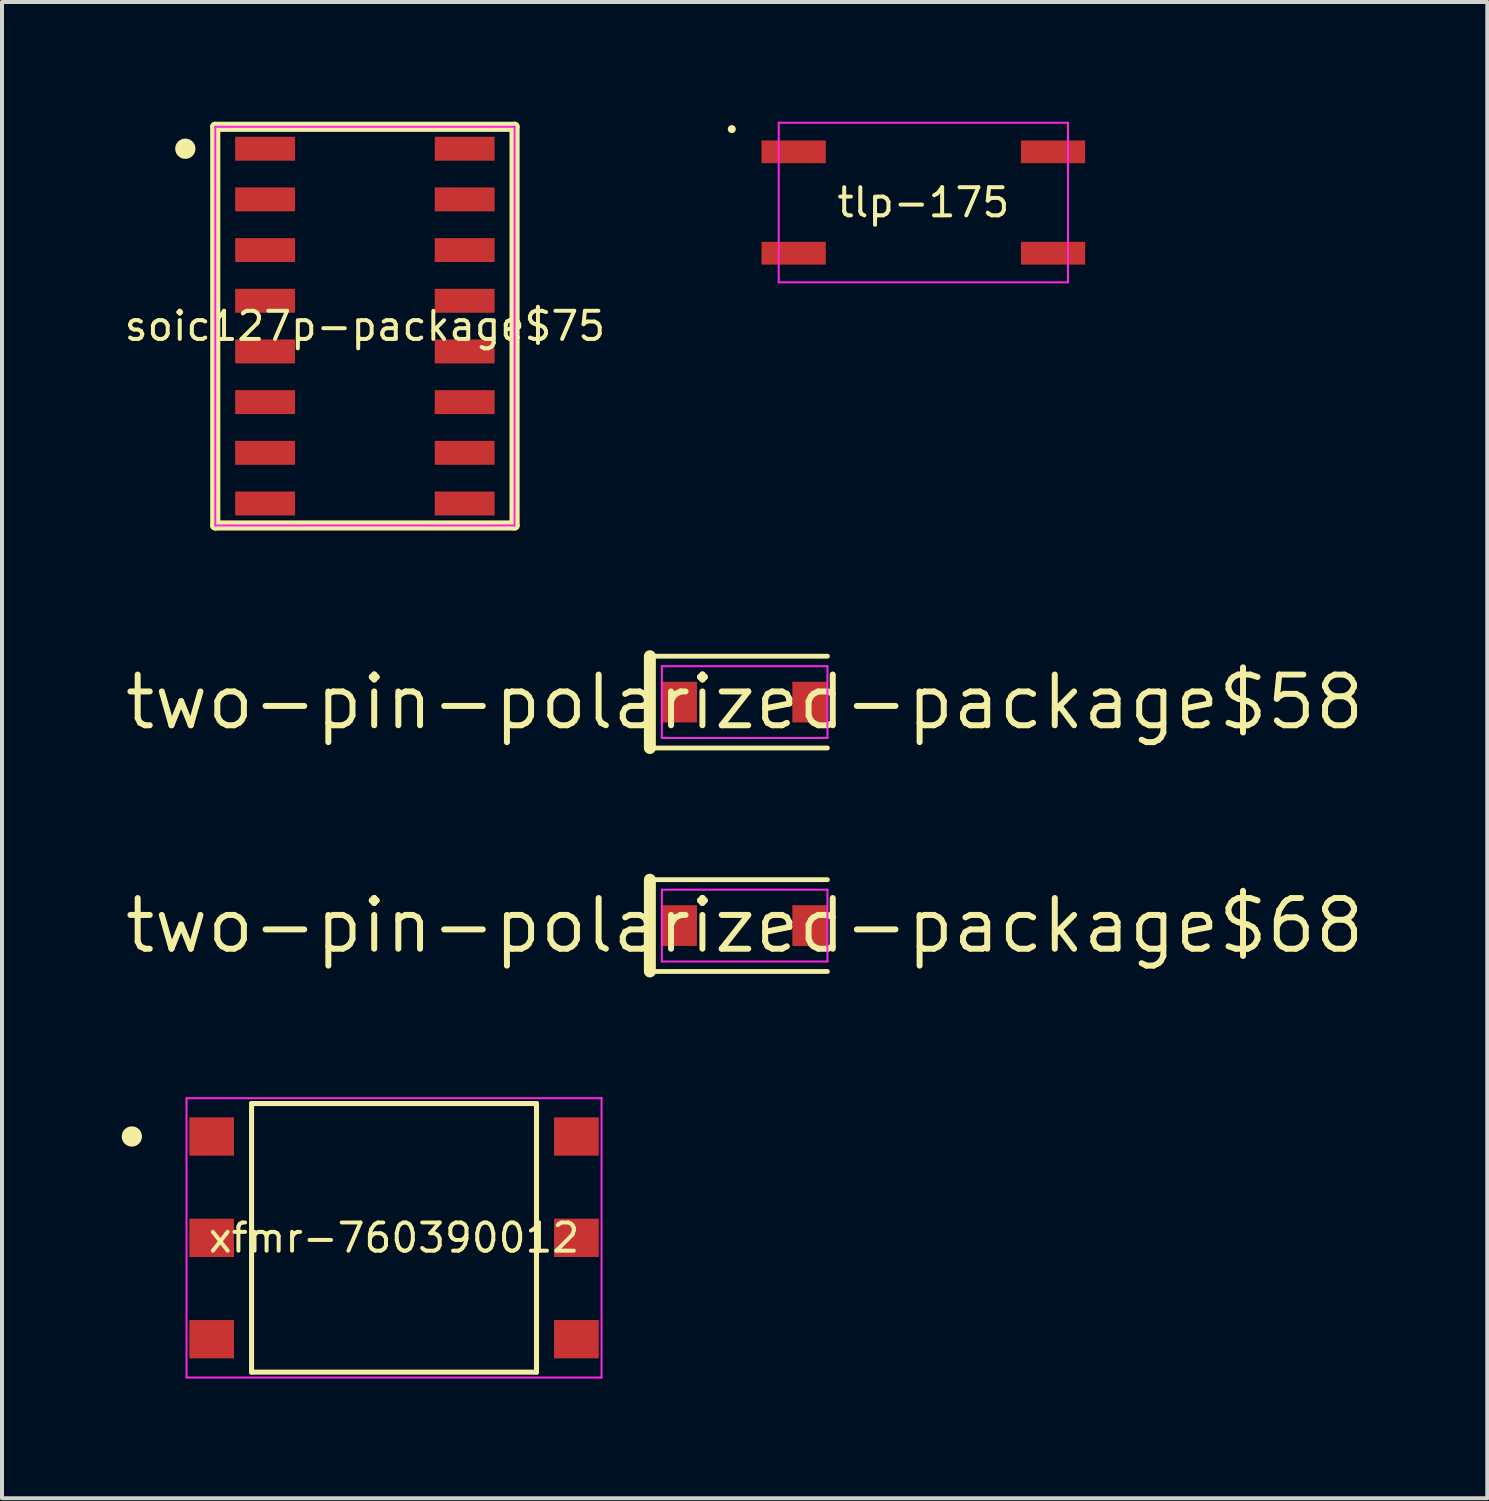
<source format=kicad_pcb>
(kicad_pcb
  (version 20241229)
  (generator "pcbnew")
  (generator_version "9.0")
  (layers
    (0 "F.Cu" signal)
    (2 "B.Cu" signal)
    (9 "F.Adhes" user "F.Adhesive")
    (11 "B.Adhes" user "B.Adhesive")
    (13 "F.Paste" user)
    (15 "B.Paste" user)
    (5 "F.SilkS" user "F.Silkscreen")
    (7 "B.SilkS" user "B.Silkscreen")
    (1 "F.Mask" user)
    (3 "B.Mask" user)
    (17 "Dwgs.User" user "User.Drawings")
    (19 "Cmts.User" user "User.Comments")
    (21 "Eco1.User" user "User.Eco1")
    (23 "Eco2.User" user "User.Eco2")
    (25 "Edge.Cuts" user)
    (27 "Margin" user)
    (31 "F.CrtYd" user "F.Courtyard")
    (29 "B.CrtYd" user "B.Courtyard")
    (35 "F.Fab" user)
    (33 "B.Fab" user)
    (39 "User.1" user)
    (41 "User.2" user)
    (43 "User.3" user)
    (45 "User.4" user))
  (footprint "tlp-175"
    (layer "F.Cu")
    (at 20.088 2.025)
    (property "Reference" "tlp-175" (at 0 0 0) (layer "F.SilkS") (effects (font (size 0.706 0.706) (thickness 0.1))))
    (attr through_hole)
    (fp_poly (pts (xy -4.055 -0.985) (xy -2.445 -0.985) (xy -2.445 -1.555) (xy -4.055 -1.555)) (stroke (width 0) (type solid)) (fill yes) (layer "F.Mask"))
    (fp_poly (pts (xy -4.055 1.555) (xy -2.445 1.555) (xy -2.445 0.985) (xy -4.055 0.985)) (stroke (width 0) (type solid)) (fill yes) (layer "F.Mask"))
    (fp_poly (pts (xy 2.445 -0.985) (xy 4.055 -0.985) (xy 4.055 -1.555) (xy 2.445 -1.555)) (stroke (width 0) (type solid)) (fill yes) (layer "F.Mask"))
    (fp_poly (pts (xy 2.445 1.555) (xy 4.055 1.555) (xy 4.055 0.985) (xy 2.445 0.985)) (stroke (width 0) (type solid)) (fill yes) (layer "F.Mask"))
    (fp_poly (pts (xy -4.7 -1.84) (xy -4.702 -1.86) (xy -4.708 -1.878) (xy -4.717 -1.896) (xy -4.729 -1.911) (xy -4.744 -1.923) (xy -4.762 -1.932) (xy -4.78 -1.938) (xy -4.8 -1.94) (xy -4.82 -1.938) (xy -4.838 -1.932) (xy -4.856 -1.923) (xy -4.871 -1.911) (xy -4.883 -1.896) (xy -4.892 -1.878) (xy -4.898 -1.86) (xy -4.9 -1.84) (xy -4.898 -1.82) (xy -4.892 -1.802) (xy -4.883 -1.784) (xy -4.871 -1.769) (xy -4.856 -1.757) (xy -4.838 -1.748) (xy -4.82 -1.742) (xy -4.8 -1.74) (xy -4.78 -1.742) (xy -4.762 -1.748) (xy -4.744 -1.757) (xy -4.729 -1.769) (xy -4.717 -1.784) (xy -4.708 -1.802) (xy -4.702 -1.82)) (stroke (width 0) (type solid)) (fill yes) (layer "F.SilkS"))
    (fp_poly (pts (xy -4.055 -0.985) (xy -2.445 -0.985) (xy -2.445 -1.555) (xy -4.055 -1.555)) (stroke (width 0) (type solid)) (fill yes) (layer "F.Paste"))
    (fp_poly (pts (xy -4.055 1.555) (xy -2.445 1.555) (xy -2.445 0.985) (xy -4.055 0.985)) (stroke (width 0) (type solid)) (fill yes) (layer "F.Paste"))
    (fp_poly (pts (xy 2.445 -0.985) (xy 4.055 -0.985) (xy 4.055 -1.555) (xy 2.445 -1.555)) (stroke (width 0) (type solid)) (fill yes) (layer "F.Paste"))
    (fp_poly (pts (xy 2.445 1.555) (xy 4.055 1.555) (xy 4.055 0.985) (xy 2.445 0.985)) (stroke (width 0) (type solid)) (fill yes) (layer "F.Paste"))
    (fp_line (start -3.625 -2) (end -3.625 2) (stroke (width 0.05) (type solid)) (layer "F.CrtYd"))
    (fp_line (start -3.625 2) (end 3.625 2) (stroke (width 0.05) (type solid)) (layer "F.CrtYd"))
    (fp_line (start 3.625 -2) (end -3.625 -2) (stroke (width 0.05) (type solid)) (layer "F.CrtYd"))
    (fp_line (start 3.625 2) (end 3.625 -2) (stroke (width 0.05) (type solid)) (layer "F.CrtYd"))
    (pad "1" smd rect (at -3.25 -1.27) (size 1.61 0.57) (layers "F.Cu"))
    (pad "3" smd rect (at -3.25 1.27) (size 1.61 0.57) (layers "F.Cu"))
    (pad "4" smd rect (at 3.25 1.27) (size 1.61 0.57) (layers "F.Cu"))
    (pad "6" smd rect (at 3.25 -1.27) (size 1.61 0.57) (layers "F.Cu")))
  (footprint "soic127p-package$75"
    (layer "F.Cu")
    (at 6.094 5.122)
    (property "Reference" "soic127p-package$75" (at 0 0 0) (layer "F.SilkS") (effects (font (size 0.706 0.706) (thickness 0.1))))
    (attr through_hole)
    (fp_poly (pts (xy -3.25 -4.745) (xy -3.25 -4.145) (xy -1.75 -4.145) (xy -1.75 -4.745)) (stroke (width 0) (type solid)) (fill yes) (layer "F.Mask"))
    (fp_poly (pts (xy -3.25 -3.475) (xy -3.25 -2.875) (xy -1.75 -2.875) (xy -1.75 -3.475)) (stroke (width 0) (type solid)) (fill yes) (layer "F.Mask"))
    (fp_poly (pts (xy -3.25 -2.205) (xy -3.25 -1.605) (xy -1.75 -1.605) (xy -1.75 -2.205)) (stroke (width 0) (type solid)) (fill yes) (layer "F.Mask"))
    (fp_poly (pts (xy -3.25 -0.935) (xy -3.25 -0.335) (xy -1.75 -0.335) (xy -1.75 -0.935)) (stroke (width 0) (type solid)) (fill yes) (layer "F.Mask"))
    (fp_poly (pts (xy -3.25 0.335) (xy -3.25 0.935) (xy -1.75 0.935) (xy -1.75 0.335)) (stroke (width 0) (type solid)) (fill yes) (layer "F.Mask"))
    (fp_poly (pts (xy -3.25 1.605) (xy -3.25 2.205) (xy -1.75 2.205) (xy -1.75 1.605)) (stroke (width 0) (type solid)) (fill yes) (layer "F.Mask"))
    (fp_poly (pts (xy -3.25 2.875) (xy -3.25 3.475) (xy -1.75 3.475) (xy -1.75 2.875)) (stroke (width 0) (type solid)) (fill yes) (layer "F.Mask"))
    (fp_poly (pts (xy -3.25 4.145) (xy -3.25 4.745) (xy -1.75 4.745) (xy -1.75 4.145)) (stroke (width 0) (type solid)) (fill yes) (layer "F.Mask"))
    (fp_poly (pts (xy 3.25 -4.145) (xy 3.25 -4.745) (xy 1.75 -4.745) (xy 1.75 -4.145)) (stroke (width 0) (type solid)) (fill yes) (layer "F.Mask"))
    (fp_poly (pts (xy 3.25 -2.875) (xy 3.25 -3.475) (xy 1.75 -3.475) (xy 1.75 -2.875)) (stroke (width 0) (type solid)) (fill yes) (layer "F.Mask"))
    (fp_poly (pts (xy 3.25 -1.605) (xy 3.25 -2.205) (xy 1.75 -2.205) (xy 1.75 -1.605)) (stroke (width 0) (type solid)) (fill yes) (layer "F.Mask"))
    (fp_poly (pts (xy 3.25 -0.335) (xy 3.25 -0.935) (xy 1.75 -0.935) (xy 1.75 -0.335)) (stroke (width 0) (type solid)) (fill yes) (layer "F.Mask"))
    (fp_poly (pts (xy 3.25 0.935) (xy 3.25 0.335) (xy 1.75 0.335) (xy 1.75 0.935)) (stroke (width 0) (type solid)) (fill yes) (layer "F.Mask"))
    (fp_poly (pts (xy 3.25 2.205) (xy 3.25 1.605) (xy 1.75 1.605) (xy 1.75 2.205)) (stroke (width 0) (type solid)) (fill yes) (layer "F.Mask"))
    (fp_poly (pts (xy 3.25 3.475) (xy 3.25 2.875) (xy 1.75 2.875) (xy 1.75 3.475)) (stroke (width 0) (type solid)) (fill yes) (layer "F.Mask"))
    (fp_poly (pts (xy 3.25 4.745) (xy 3.25 4.145) (xy 1.75 4.145) (xy 1.75 4.745)) (stroke (width 0) (type solid)) (fill yes) (layer "F.Mask"))
    (fp_line (start -3.75 -4.995) (end -3.75 4.995) (stroke (width 0.254) (type solid)) (layer "F.SilkS"))
    (fp_line (start -3.75 4.995) (end 3.75 4.995) (stroke (width 0.254) (type solid)) (layer "F.SilkS"))
    (fp_line (start 3.75 -4.995) (end -3.75 -4.995) (stroke (width 0.254) (type solid)) (layer "F.SilkS"))
    (fp_line (start 3.75 4.995) (end 3.75 -4.995) (stroke (width 0.254) (type solid)) (layer "F.SilkS"))
    (fp_poly (pts (xy -4.246 -4.445) (xy -4.251 -4.495) (xy -4.265 -4.542) (xy -4.289 -4.586) (xy -4.32 -4.625) (xy -4.359 -4.656) (xy -4.403 -4.68) (xy -4.45 -4.694) (xy -4.5 -4.699) (xy -4.55 -4.694) (xy -4.597 -4.68) (xy -4.641 -4.656) (xy -4.68 -4.625) (xy -4.711 -4.586) (xy -4.735 -4.542) (xy -4.749 -4.495) (xy -4.754 -4.445) (xy -4.749 -4.395) (xy -4.735 -4.348) (xy -4.711 -4.304) (xy -4.68 -4.265) (xy -4.641 -4.234) (xy -4.597 -4.21) (xy -4.55 -4.196) (xy -4.5 -4.191) (xy -4.45 -4.196) (xy -4.403 -4.21) (xy -4.359 -4.234) (xy -4.32 -4.265) (xy -4.289 -4.304) (xy -4.265 -4.348) (xy -4.251 -4.395)) (stroke (width 0) (type solid)) (fill yes) (layer "F.SilkS"))
    (fp_poly (pts (xy -3.25 -4.745) (xy -3.25 -4.145) (xy -1.75 -4.145) (xy -1.75 -4.745)) (stroke (width 0) (type solid)) (fill yes) (layer "F.Paste"))
    (fp_poly (pts (xy -3.25 -3.475) (xy -3.25 -2.875) (xy -1.75 -2.875) (xy -1.75 -3.475)) (stroke (width 0) (type solid)) (fill yes) (layer "F.Paste"))
    (fp_poly (pts (xy -3.25 -2.205) (xy -3.25 -1.605) (xy -1.75 -1.605) (xy -1.75 -2.205)) (stroke (width 0) (type solid)) (fill yes) (layer "F.Paste"))
    (fp_poly (pts (xy -3.25 -0.935) (xy -3.25 -0.335) (xy -1.75 -0.335) (xy -1.75 -0.935)) (stroke (width 0) (type solid)) (fill yes) (layer "F.Paste"))
    (fp_poly (pts (xy -3.25 0.335) (xy -3.25 0.935) (xy -1.75 0.935) (xy -1.75 0.335)) (stroke (width 0) (type solid)) (fill yes) (layer "F.Paste"))
    (fp_poly (pts (xy -3.25 1.605) (xy -3.25 2.205) (xy -1.75 2.205) (xy -1.75 1.605)) (stroke (width 0) (type solid)) (fill yes) (layer "F.Paste"))
    (fp_poly (pts (xy -3.25 2.875) (xy -3.25 3.475) (xy -1.75 3.475) (xy -1.75 2.875)) (stroke (width 0) (type solid)) (fill yes) (layer "F.Paste"))
    (fp_poly (pts (xy -3.25 4.145) (xy -3.25 4.745) (xy -1.75 4.745) (xy -1.75 4.145)) (stroke (width 0) (type solid)) (fill yes) (layer "F.Paste"))
    (fp_poly (pts (xy 3.25 -4.145) (xy 3.25 -4.745) (xy 1.75 -4.745) (xy 1.75 -4.145)) (stroke (width 0) (type solid)) (fill yes) (layer "F.Paste"))
    (fp_poly (pts (xy 3.25 -2.875) (xy 3.25 -3.475) (xy 1.75 -3.475) (xy 1.75 -2.875)) (stroke (width 0) (type solid)) (fill yes) (layer "F.Paste"))
    (fp_poly (pts (xy 3.25 -1.605) (xy 3.25 -2.205) (xy 1.75 -2.205) (xy 1.75 -1.605)) (stroke (width 0) (type solid)) (fill yes) (layer "F.Paste"))
    (fp_poly (pts (xy 3.25 -0.335) (xy 3.25 -0.935) (xy 1.75 -0.935) (xy 1.75 -0.335)) (stroke (width 0) (type solid)) (fill yes) (layer "F.Paste"))
    (fp_poly (pts (xy 3.25 0.935) (xy 3.25 0.335) (xy 1.75 0.335) (xy 1.75 0.935)) (stroke (width 0) (type solid)) (fill yes) (layer "F.Paste"))
    (fp_poly (pts (xy 3.25 2.205) (xy 3.25 1.605) (xy 1.75 1.605) (xy 1.75 2.205)) (stroke (width 0) (type solid)) (fill yes) (layer "F.Paste"))
    (fp_poly (pts (xy 3.25 3.475) (xy 3.25 2.875) (xy 1.75 2.875) (xy 1.75 3.475)) (stroke (width 0) (type solid)) (fill yes) (layer "F.Paste"))
    (fp_poly (pts (xy 3.25 4.745) (xy 3.25 4.145) (xy 1.75 4.145) (xy 1.75 4.745)) (stroke (width 0) (type solid)) (fill yes) (layer "F.Paste"))
    (fp_line (start -3.75 -4.995) (end -3.75 4.995) (stroke (width 0.05) (type solid)) (layer "F.CrtYd"))
    (fp_line (start -3.75 4.995) (end 3.75 4.995) (stroke (width 0.05) (type solid)) (layer "F.CrtYd"))
    (fp_line (start 3.75 -4.995) (end -3.75 -4.995) (stroke (width 0.05) (type solid)) (layer "F.CrtYd"))
    (fp_line (start 3.75 4.995) (end 3.75 -4.995) (stroke (width 0.05) (type solid)) (layer "F.CrtYd"))
    (pad "1" smd rect (at -2.5 -4.445 270) (size 0.6 1.5) (layers "F.Cu"))
    (pad "2" smd rect (at -2.5 -3.175 270) (size 0.6 1.5) (layers "F.Cu"))
    (pad "3" smd rect (at -2.5 -1.905 270) (size 0.6 1.5) (layers "F.Cu"))
    (pad "4" smd rect (at -2.5 -0.635 270) (size 0.6 1.5) (layers "F.Cu"))
    (pad "5" smd rect (at -2.5 0.635 270) (size 0.6 1.5) (layers "F.Cu"))
    (pad "6" smd rect (at -2.5 1.905 270) (size 0.6 1.5) (layers "F.Cu"))
    (pad "7" smd rect (at -2.5 3.175 270) (size 0.6 1.5) (layers "F.Cu"))
    (pad "8" smd rect (at -2.5 4.445 270) (size 0.6 1.5) (layers "F.Cu"))
    (pad "9" smd rect (at 2.5 4.445 90) (size 0.6 1.5) (layers "F.Cu"))
    (pad "10" smd rect (at 2.5 3.175 90) (size 0.6 1.5) (layers "F.Cu"))
    (pad "11" smd rect (at 2.5 1.905 90) (size 0.6 1.5) (layers "F.Cu"))
    (pad "12" smd rect (at 2.5 0.635 90) (size 0.6 1.5) (layers "F.Cu"))
    (pad "13" smd rect (at 2.5 -0.635 90) (size 0.6 1.5) (layers "F.Cu"))
    (pad "14" smd rect (at 2.5 -1.905 90) (size 0.6 1.5) (layers "F.Cu"))
    (pad "15" smd rect (at 2.5 -3.175 90) (size 0.6 1.5) (layers "F.Cu"))
    (pad "16" smd rect (at 2.5 -4.445 90) (size 0.6 1.5) (layers "F.Cu")))
  (footprint "two-pin-polarized-package$68"
    (layer "F.Cu")
    (at 15.61 20.144)
    (property "Reference" "two-pin-polarized-package$68" (at 0 0 0) (layer "F.SilkS") (effects (font (size 1.27 1.27) (thickness 0.15))))
    (attr through_hole)
    (fp_poly (pts (xy -2.075 0.51) (xy -1.195 0.51) (xy -1.195 -0.51) (xy -2.075 -0.51)) (stroke (width 0) (type solid)) (fill yes) (layer "F.Mask"))
    (fp_poly (pts (xy 1.195 0.51) (xy 2.075 0.51) (xy 2.075 -0.51) (xy 1.195 -0.51)) (stroke (width 0) (type solid)) (fill yes) (layer "F.Mask"))
    (fp_line (start -2.375 -1.15) (end 2.075 -1.15) (stroke (width 0.12) (type solid)) (layer "F.SilkS"))
    (fp_line (start -2.375 1.15) (end -2.375 -1.15) (stroke (width 0.3) (type solid)) (layer "F.SilkS"))
    (fp_line (start 2.075 1.15) (end -2.375 1.15) (stroke (width 0.12) (type solid)) (layer "F.SilkS"))
    (fp_poly (pts (xy -2.075 0.51) (xy -1.195 0.51) (xy -1.195 -0.51) (xy -2.075 -0.51)) (stroke (width 0) (type solid)) (fill yes) (layer "F.Paste"))
    (fp_poly (pts (xy 1.195 0.51) (xy 2.075 0.51) (xy 2.075 -0.51) (xy 1.195 -0.51)) (stroke (width 0) (type solid)) (fill yes) (layer "F.Paste"))
    (fp_line (start -2.075 -0.9) (end -2.075 0.9) (stroke (width 0.05) (type solid)) (layer "F.CrtYd"))
    (fp_line (start -2.075 0.9) (end 2.075 0.9) (stroke (width 0.05) (type solid)) (layer "F.CrtYd"))
    (fp_line (start 2.075 -0.9) (end -2.075 -0.9) (stroke (width 0.05) (type solid)) (layer "F.CrtYd"))
    (fp_line (start 2.075 0.9) (end 2.075 -0.9) (stroke (width 0.05) (type solid)) (layer "F.CrtYd"))
    (pad "a" smd rect (at 1.635 0) (size 0.88 1.02) (layers "F.Cu"))
    (pad "c" smd rect (at -1.635 0) (size 0.88 1.02) (layers "F.Cu")))
  (footprint "xfmr-760390012"
    (layer "F.Cu")
    (at 6.824 27.969)
    (property "Reference" "xfmr-760390012" (at 0 0 0) (layer "F.SilkS") (effects (font (size 0.706 0.706) (thickness 0.1))))
    (attr through_hole)
    (fp_poly (pts (xy -5.13 -2.06) (xy -4.01 -2.06) (xy -4.01 -3.02) (xy -5.13 -3.02)) (stroke (width 0) (type solid)) (fill yes) (layer "F.Mask"))
    (fp_poly (pts (xy -5.13 0.48) (xy -4.01 0.48) (xy -4.01 -0.48) (xy -5.13 -0.48)) (stroke (width 0) (type solid)) (fill yes) (layer "F.Mask"))
    (fp_poly (pts (xy -5.13 3.02) (xy -4.01 3.02) (xy -4.01 2.06) (xy -5.13 2.06)) (stroke (width 0) (type solid)) (fill yes) (layer "F.Mask"))
    (fp_poly (pts (xy 4.01 -2.06) (xy 5.13 -2.06) (xy 5.13 -3.02) (xy 4.01 -3.02)) (stroke (width 0) (type solid)) (fill yes) (layer "F.Mask"))
    (fp_poly (pts (xy 4.01 0.48) (xy 5.13 0.48) (xy 5.13 -0.48) (xy 4.01 -0.48)) (stroke (width 0) (type solid)) (fill yes) (layer "F.Mask"))
    (fp_poly (pts (xy 4.01 3.02) (xy 5.13 3.02) (xy 5.13 2.06) (xy 4.01 2.06)) (stroke (width 0) (type solid)) (fill yes) (layer "F.Mask"))
    (fp_line (start -3.57 -3.365) (end 3.57 -3.365) (stroke (width 0.127) (type solid)) (layer "F.SilkS"))
    (fp_line (start -3.57 3.365) (end -3.57 -3.365) (stroke (width 0.127) (type solid)) (layer "F.SilkS"))
    (fp_line (start -3.57 3.365) (end 3.57 3.365) (stroke (width 0.127) (type solid)) (layer "F.SilkS"))
    (fp_line (start 3.57 -3.365) (end 3.57 3.365) (stroke (width 0.127) (type solid)) (layer "F.SilkS"))
    (fp_poly (pts (xy -6.316 -2.54) (xy -6.321 -2.59) (xy -6.335 -2.637) (xy -6.359 -2.681) (xy -6.39 -2.72) (xy -6.429 -2.751) (xy -6.473 -2.775) (xy -6.52 -2.789) (xy -6.57 -2.794) (xy -6.62 -2.789) (xy -6.667 -2.775) (xy -6.711 -2.751) (xy -6.75 -2.72) (xy -6.781 -2.681) (xy -6.805 -2.637) (xy -6.819 -2.59) (xy -6.824 -2.54) (xy -6.819 -2.49) (xy -6.805 -2.443) (xy -6.781 -2.399) (xy -6.75 -2.36) (xy -6.711 -2.329) (xy -6.667 -2.305) (xy -6.62 -2.291) (xy -6.57 -2.286) (xy -6.52 -2.291) (xy -6.473 -2.305) (xy -6.429 -2.329) (xy -6.39 -2.36) (xy -6.359 -2.399) (xy -6.335 -2.443) (xy -6.321 -2.49)) (stroke (width 0) (type solid)) (fill yes) (layer "F.SilkS"))
    (fp_poly (pts (xy -5.13 -2.06) (xy -4.01 -2.06) (xy -4.01 -3.02) (xy -5.13 -3.02)) (stroke (width 0) (type solid)) (fill yes) (layer "F.Paste"))
    (fp_poly (pts (xy -5.13 0.48) (xy -4.01 0.48) (xy -4.01 -0.48) (xy -5.13 -0.48)) (stroke (width 0) (type solid)) (fill yes) (layer "F.Paste"))
    (fp_poly (pts (xy -5.13 3.02) (xy -4.01 3.02) (xy -4.01 2.06) (xy -5.13 2.06)) (stroke (width 0) (type solid)) (fill yes) (layer "F.Paste"))
    (fp_poly (pts (xy 4.01 -2.06) (xy 5.13 -2.06) (xy 5.13 -3.02) (xy 4.01 -3.02)) (stroke (width 0) (type solid)) (fill yes) (layer "F.Paste"))
    (fp_poly (pts (xy 4.01 0.48) (xy 5.13 0.48) (xy 5.13 -0.48) (xy 4.01 -0.48)) (stroke (width 0) (type solid)) (fill yes) (layer "F.Paste"))
    (fp_poly (pts (xy 4.01 3.02) (xy 5.13 3.02) (xy 5.13 2.06) (xy 4.01 2.06)) (stroke (width 0) (type solid)) (fill yes) (layer "F.Paste"))
    (fp_line (start -5.2 -3.5) (end -5.2 3.5) (stroke (width 0.05) (type solid)) (layer "F.CrtYd"))
    (fp_line (start -5.2 3.5) (end 5.2 3.5) (stroke (width 0.05) (type solid)) (layer "F.CrtYd"))
    (fp_line (start 5.2 -3.5) (end -5.2 -3.5) (stroke (width 0.05) (type solid)) (layer "F.CrtYd"))
    (fp_line (start 5.2 3.5) (end 5.2 -3.5) (stroke (width 0.05) (type solid)) (layer "F.CrtYd"))
    (pad "1" smd rect (at -4.57 -2.54) (size 1.12 0.96) (layers "F.Cu"))
    (pad "2" smd rect (at -4.57 0) (size 1.12 0.96) (layers "F.Cu"))
    (pad "3" smd rect (at -4.57 2.54) (size 1.12 0.96) (layers "F.Cu"))
    (pad "4" smd rect (at 4.57 2.54) (size 1.12 0.96) (layers "F.Cu"))
    (pad "5" smd rect (at 4.57 0) (size 1.12 0.96) (layers "F.Cu"))
    (pad "6" smd rect (at 4.57 -2.54) (size 1.12 0.96) (layers "F.Cu")))
  (footprint "two-pin-polarized-package$58"
    (layer "F.Cu")
    (at 15.61 14.544)
    (property "Reference" "two-pin-polarized-package$58" (at 0 0 0) (layer "F.SilkS") (effects (font (size 1.27 1.27) (thickness 0.15))))
    (attr through_hole)
    (fp_poly (pts (xy -2.075 0.51) (xy -1.195 0.51) (xy -1.195 -0.51) (xy -2.075 -0.51)) (stroke (width 0) (type solid)) (fill yes) (layer "F.Mask"))
    (fp_poly (pts (xy 1.195 0.51) (xy 2.075 0.51) (xy 2.075 -0.51) (xy 1.195 -0.51)) (stroke (width 0) (type solid)) (fill yes) (layer "F.Mask"))
    (fp_line (start -2.375 -1.15) (end 2.075 -1.15) (stroke (width 0.12) (type solid)) (layer "F.SilkS"))
    (fp_line (start -2.375 1.15) (end -2.375 -1.15) (stroke (width 0.3) (type solid)) (layer "F.SilkS"))
    (fp_line (start 2.075 1.15) (end -2.375 1.15) (stroke (width 0.12) (type solid)) (layer "F.SilkS"))
    (fp_poly (pts (xy -2.075 0.51) (xy -1.195 0.51) (xy -1.195 -0.51) (xy -2.075 -0.51)) (stroke (width 0) (type solid)) (fill yes) (layer "F.Paste"))
    (fp_poly (pts (xy 1.195 0.51) (xy 2.075 0.51) (xy 2.075 -0.51) (xy 1.195 -0.51)) (stroke (width 0) (type solid)) (fill yes) (layer "F.Paste"))
    (fp_line (start -2.075 -0.9) (end -2.075 0.9) (stroke (width 0.05) (type solid)) (layer "F.CrtYd"))
    (fp_line (start -2.075 0.9) (end 2.075 0.9) (stroke (width 0.05) (type solid)) (layer "F.CrtYd"))
    (fp_line (start 2.075 -0.9) (end -2.075 -0.9) (stroke (width 0.05) (type solid)) (layer "F.CrtYd"))
    (fp_line (start 2.075 0.9) (end 2.075 -0.9) (stroke (width 0.05) (type solid)) (layer "F.CrtYd"))
    (pad "a" smd rect (at 1.635 0) (size 0.88 1.02) (layers "F.Cu"))
    (pad "c" smd rect (at -1.635 0) (size 0.88 1.02) (layers "F.Cu")))
  (gr_rect
    (start -3 -3)
    (end 34.22 34.494)
    (stroke (width 0.1) (type default))
    (fill no)
    (layer "Edge.Cuts")))
</source>
